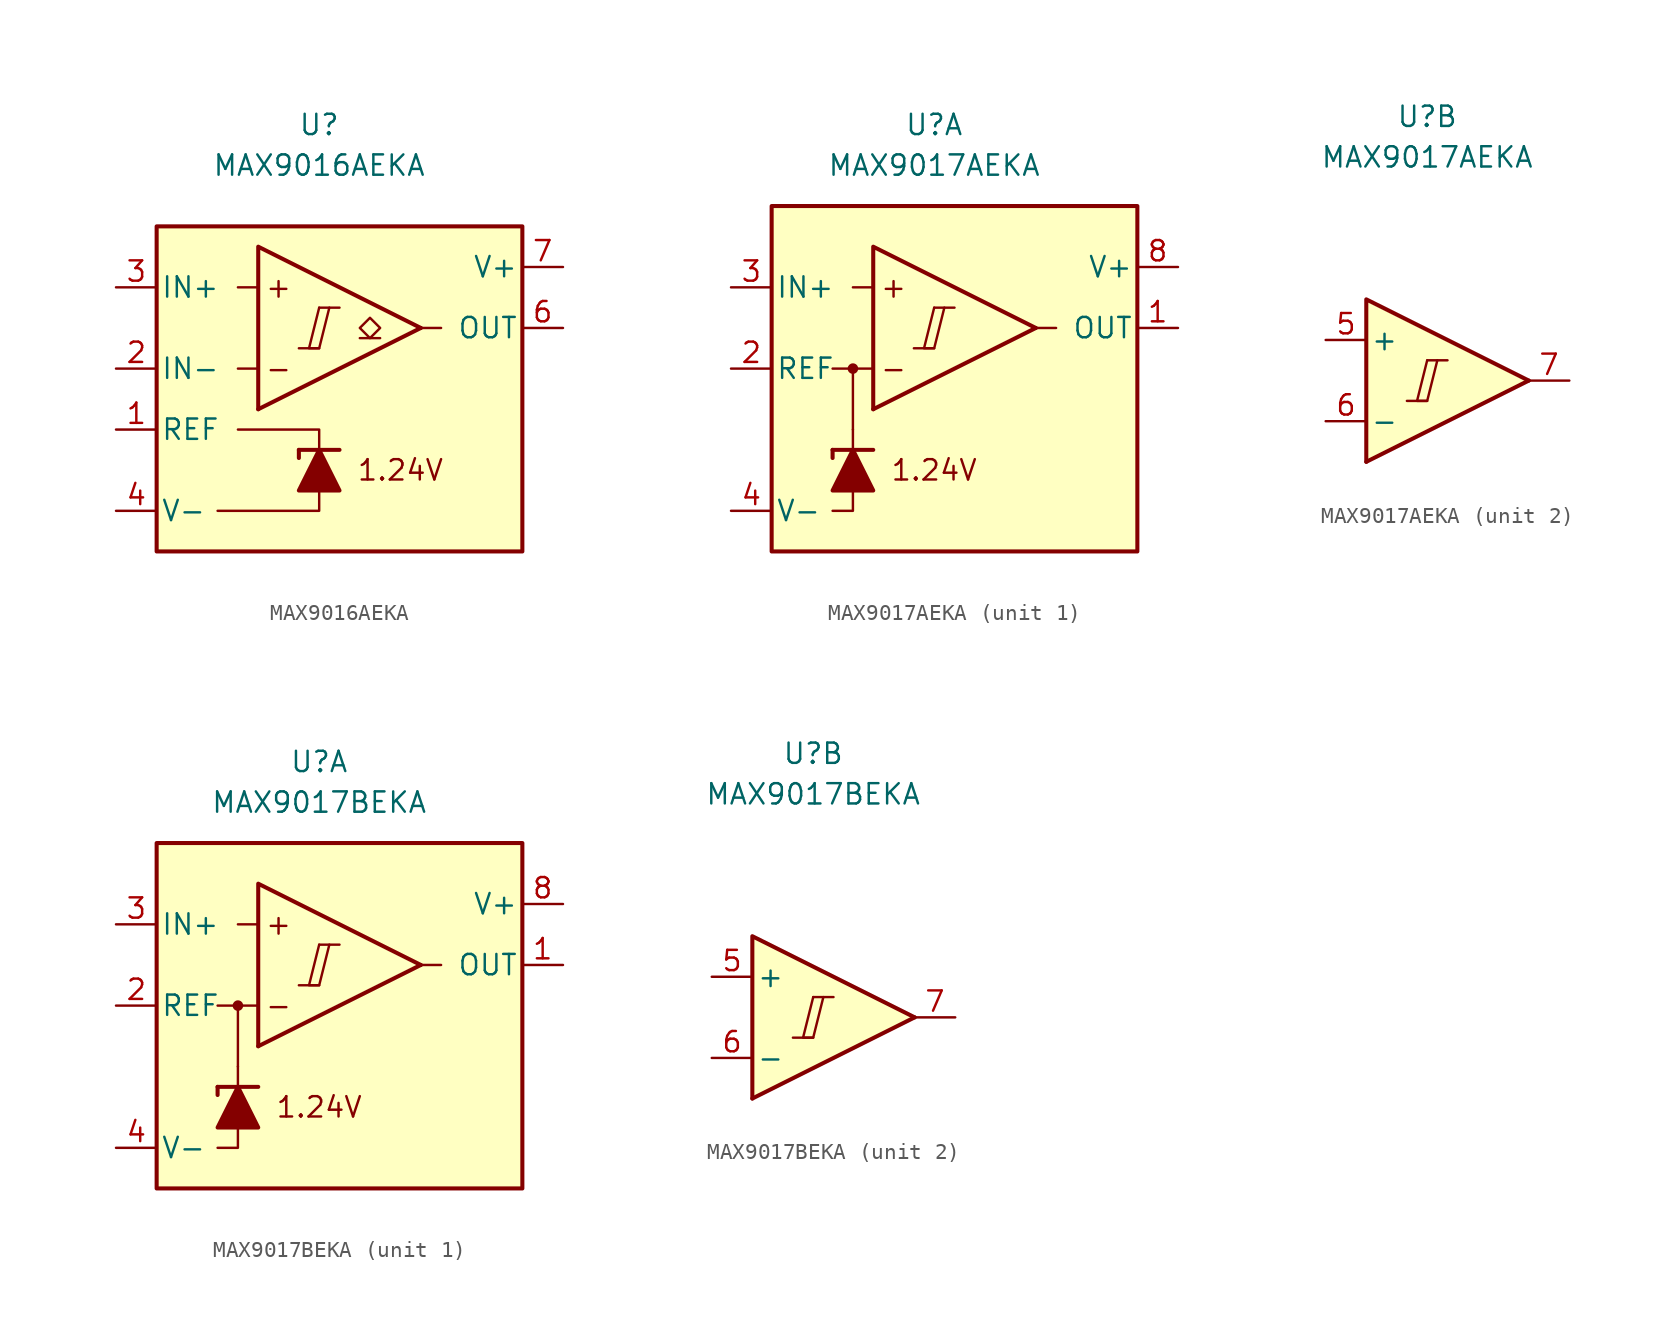
<source format=kicad_sym>
(kicad_symbol_lib
  (version 20211014)
  (generator kicad_symbol_editor)
  (symbol "MAX9016AEKA"
    (pin_names
      (offset 0.254))
    (property "Reference" "U"
      (at 0 16.51 0)
      (effects (font (size 1.27 1.27))))
    (property "Value" "MAX9016AEKA"
      (at 0 13.97 0)
      (effects (font (size 1.27 1.27))))
    (symbol "MAX9016AEKA_0_0"
      (polyline (pts (xy -1.27 2.54) (xy 0 2.54)) (stroke (width 0.152) (type default) (color 0 0 0 0)) (fill (type none)))
      (polyline (pts (xy 0 5.08) (xy 1.27 5.08)) (stroke (width 0.152) (type default) (color 0 0 0 0)) (fill (type none)))
      (polyline (pts (xy 6.35 3.81) (xy -3.81 -1.27)) (stroke (width 0.254) (type default) (color 0 0 0 0)) (fill (type none)))
      (polyline (pts (xy 6.35 3.81) (xy -3.81 8.89) (xy -3.81 -1.27)) (stroke (width 0.254) (type default) (color 0 0 0 0)) (fill (type background)))
      (polyline (pts (xy 0 5.08) (xy -0.635 2.54) (xy 0 2.54) (xy 0.635 5.08)) (stroke (width 0.152) (type default) (color 0 0 0 0)) (fill (type none)))
      (text "+" (at -2.54 6.35 0) (effects (font (size 1.27 1.27))))
      (text "-" (at -2.54 1.27 0) (effects (font (size 1.27 1.27))))
      (text "1.24V" (at 5.08 -5.08 0) (effects (font (size 1.27 1.27)))))
    (symbol "MAX9016AEKA_0_1"
      (rectangle (start -10.16 10.16) (end 12.7 -10.16) (stroke (width 0.254) (type default) (color 0 0 0 0)) (fill (type background)))
      (polyline (pts (xy -3.81 1.27) (xy -5.08 1.27)) (stroke (width 0) (type default) (color 0 0 0 0)) (fill (type none)))
      (polyline (pts (xy -3.81 6.35) (xy -5.08 6.35)) (stroke (width 0) (type default) (color 0 0 0 0)) (fill (type none)))
      (polyline (pts (xy -1.27 -3.81) (xy -1.27 -4.318)) (stroke (width 0.254) (type default) (color 0 0 0 0)) (fill (type none)))
      (polyline (pts (xy -1.27 -3.81) (xy 1.27 -3.81)) (stroke (width 0.254) (type default) (color 0 0 0 0)) (fill (type none)))
      (polyline (pts (xy 6.35 3.81) (xy 7.62 3.81)) (stroke (width 0) (type default) (color 0 0 0 0)) (fill (type none)))
      (polyline (pts (xy 0 -6.35) (xy 0 -7.62) (xy -6.35 -7.62)) (stroke (width 0) (type default) (color 0 0 0 0)) (fill (type none)))
      (polyline (pts (xy 0 -3.81) (xy 0 -2.54) (xy -5.08 -2.54)) (stroke (width 0) (type default) (color 0 0 0 0)) (fill (type none)))
      (polyline (pts (xy 1.27 -6.35) (xy -1.27 -6.35) (xy 0 -3.81) (xy 1.27 -6.35)) (stroke (width 0.254) (type default) (color 0 0 0 0)) (fill (type outline))))
    (symbol "MAX9016AEKA_1_1"
      (polyline (pts (xy 3.81 3.175) (xy 2.54 3.175)) (stroke (width 0.152) (type default) (color 0 0 0 0)) (fill (type none)))
      (polyline (pts (xy 3.175 3.175) (xy 2.54 3.81) (xy 3.175 4.445) (xy 3.81 3.81) (xy 3.175 3.175)) (stroke (width 0.152) (type default) (color 0 0 0 0)) (fill (type none)))
      (pin output line (at -12.7 -2.54 0) (length 2.54) (name "REF" (effects (font (size 1.27 1.27)))) (number "1" (effects (font (size 1.27 1.27)))))
      (pin input line (at -12.7 1.27 0) (length 2.54) (name "IN-" (effects (font (size 1.27 1.27)))) (number "2" (effects (font (size 1.27 1.27)))))
      (pin input line (at -12.7 6.35 0) (length 2.54) (name "IN+" (effects (font (size 1.27 1.27)))) (number "3" (effects (font (size 1.27 1.27)))))
      (pin power_in line (at -12.7 -7.62 0) (length 2.54) (name "V-" (effects (font (size 1.27 1.27)))) (number "4" (effects (font (size 1.27 1.27)))))
      (pin no_connect line (at 0 -2.54 180) (length 2.54) hide (name "NC" (effects (font (size 1.27 1.27)))) (number "5" (effects (font (size 1.27 1.27)))))
      (pin output line (at 15.24 3.81 180) (length 2.54) (name "OUT" (effects (font (size 1.27 1.27)))) (number "6" (effects (font (size 1.27 1.27)))))
      (pin power_in line (at 15.24 7.62 180) (length 2.54) (name "V+" (effects (font (size 1.27 1.27)))) (number "7" (effects (font (size 1.27 1.27)))))
      (pin no_connect line (at 0 0 180) (length 2.54) hide (name "NC" (effects (font (size 1.27 1.27)))) (number "8" (effects (font (size 1.27 1.27)))))))
  (symbol "MAX9017AEKA"
    (pin_names
      (offset 0.254))
    (property "Reference" "U"
      (at 0 16.51 0)
      (effects (font (size 1.27 1.27))))
    (property "Value" "MAX9017AEKA"
      (at 0 13.97 0)
      (effects (font (size 1.27 1.27))))
    (property "ki_locked" ""
      (at 0 0 0)
      (effects (font (size 1.27 1.27))))
    (symbol "MAX9017AEKA_1_0"
      (rectangle (start -10.16 11.43) (end 12.7 -10.16) (stroke (width 0.254) (type default) (color 0 0 0 0)) (fill (type background)))
      (circle (center -5.08 1.27) (radius 0.254) (stroke (width 0.152) (type default) (color 0 0 0 0)) (fill (type outline)))
      (polyline (pts (xy -5.08 1.27) (xy -6.35 1.27)) (stroke (width 0.152) (type default) (color 0 0 0 0)) (fill (type none)))
      (polyline (pts (xy -1.27 2.54) (xy 0 2.54)) (stroke (width 0.152) (type default) (color 0 0 0 0)) (fill (type none)))
      (polyline (pts (xy 0 5.08) (xy 1.27 5.08)) (stroke (width 0.152) (type default) (color 0 0 0 0)) (fill (type none)))
      (polyline (pts (xy 6.35 3.81) (xy -3.81 -1.27)) (stroke (width 0.254) (type default) (color 0 0 0 0)) (fill (type none)))
      (polyline (pts (xy -3.81 1.27) (xy -5.08 1.27) (xy -5.08 -2.54)) (stroke (width 0.152) (type default) (color 0 0 0 0)) (fill (type none)))
      (polyline (pts (xy 6.35 3.81) (xy -3.81 8.89) (xy -3.81 -1.27)) (stroke (width 0.254) (type default) (color 0 0 0 0)) (fill (type background)))
      (polyline (pts (xy 0 5.08) (xy -0.635 2.54) (xy 0 2.54) (xy 0.635 5.08)) (stroke (width 0.152) (type default) (color 0 0 0 0)) (fill (type none))))
    (symbol "MAX9017AEKA_1_1"
      (polyline (pts (xy -6.35 -3.81) (xy -6.35 -4.318)) (stroke (width 0.254) (type default) (color 0 0 0 0)) (fill (type none)))
      (polyline (pts (xy -6.35 -3.81) (xy -3.81 -3.81)) (stroke (width 0.254) (type default) (color 0 0 0 0)) (fill (type none)))
      (polyline (pts (xy -3.81 6.35) (xy -5.08 6.35)) (stroke (width 0) (type default) (color 0 0 0 0)) (fill (type none)))
      (polyline (pts (xy 6.35 3.81) (xy 7.62 3.81)) (stroke (width 0) (type default) (color 0 0 0 0)) (fill (type none)))
      (polyline (pts (xy -5.08 -6.35) (xy -5.08 -7.62) (xy -6.35 -7.62)) (stroke (width 0) (type default) (color 0 0 0 0)) (fill (type none)))
      (polyline (pts (xy -5.08 -3.81) (xy -5.08 -2.54) (xy -5.08 -2.54)) (stroke (width 0) (type default) (color 0 0 0 0)) (fill (type none)))
      (polyline (pts (xy -3.81 -6.35) (xy -6.35 -6.35) (xy -5.08 -3.81) (xy -3.81 -6.35)) (stroke (width 0.254) (type default) (color 0 0 0 0)) (fill (type outline)))
      (text "+" (at -2.54 6.35 0) (effects (font (size 1.27 1.27))))
      (text "-" (at -2.54 1.27 0) (effects (font (size 1.27 1.27))))
      (text "1.24V" (at 0 -5.08 0) (effects (font (size 1.27 1.27))))
      (pin output line (at 15.24 3.81 180) (length 2.54) (name "OUT" (effects (font (size 1.27 1.27)))) (number "1" (effects (font (size 1.27 1.27)))))
      (pin output line (at -12.7 1.27 0) (length 2.54) (name "REF" (effects (font (size 1.27 1.27)))) (number "2" (effects (font (size 1.27 1.27)))))
      (pin input line (at -12.7 6.35 0) (length 2.54) (name "IN+" (effects (font (size 1.27 1.27)))) (number "3" (effects (font (size 1.27 1.27)))))
      (pin power_in line (at -12.7 -7.62 0) (length 2.54) (name "V-" (effects (font (size 1.27 1.27)))) (number "4" (effects (font (size 1.27 1.27)))))
      (pin power_in line (at 15.24 7.62 180) (length 2.54) (name "V+" (effects (font (size 1.27 1.27)))) (number "8" (effects (font (size 1.27 1.27))))))
    (symbol "MAX9017AEKA_2_0"
      (polyline (pts (xy -1.27 -1.27) (xy 0 -1.27)) (stroke (width 0.152) (type default) (color 0 0 0 0)) (fill (type none)))
      (polyline (pts (xy 0 1.27) (xy 1.27 1.27)) (stroke (width 0.152) (type default) (color 0 0 0 0)) (fill (type none)))
      (polyline (pts (xy 6.35 0) (xy -3.81 -5.08)) (stroke (width 0.254) (type default) (color 0 0 0 0)) (fill (type none)))
      (polyline (pts (xy 6.35 0) (xy -3.81 5.08) (xy -3.81 -5.08)) (stroke (width 0.254) (type default) (color 0 0 0 0)) (fill (type background)))
      (polyline (pts (xy 0 1.27) (xy -0.635 -1.27) (xy 0 -1.27) (xy 0.635 1.27)) (stroke (width 0.152) (type default) (color 0 0 0 0)) (fill (type none))))
    (symbol "MAX9017AEKA_2_1"
      (pin input line (at -6.35 2.54 0) (length 2.54) (name "+" (effects (font (size 1.27 1.27)))) (number "5" (effects (font (size 1.27 1.27)))))
      (pin input line (at -6.35 -2.54 0) (length 2.54) (name "-" (effects (font (size 1.27 1.27)))) (number "6" (effects (font (size 1.27 1.27)))))
      (pin output line (at 8.89 0 180) (length 2.54) (name "~" (effects (font (size 1.27 1.27)))) (number "7" (effects (font (size 1.27 1.27)))))))
  (symbol "MAX9017BEKA"
    (pin_names
      (offset 0.254))
    (property "Reference" "U"
      (at 0 16.51 0)
      (effects (font (size 1.27 1.27))))
    (property "Value" "MAX9017BEKA"
      (at 0 13.97 0)
      (effects (font (size 1.27 1.27))))
    (property "ki_locked" ""
      (at 0 0 0)
      (effects (font (size 1.27 1.27))))
    (symbol "MAX9017BEKA_1_0"
      (rectangle (start -10.16 11.43) (end 12.7 -10.16) (stroke (width 0.254) (type default) (color 0 0 0 0)) (fill (type background)))
      (circle (center -5.08 1.27) (radius 0.254) (stroke (width 0.152) (type default) (color 0 0 0 0)) (fill (type outline)))
      (polyline (pts (xy -5.08 1.27) (xy -6.35 1.27)) (stroke (width 0.152) (type default) (color 0 0 0 0)) (fill (type none)))
      (polyline (pts (xy -1.27 2.54) (xy 0 2.54)) (stroke (width 0.152) (type default) (color 0 0 0 0)) (fill (type none)))
      (polyline (pts (xy 0 5.08) (xy 1.27 5.08)) (stroke (width 0.152) (type default) (color 0 0 0 0)) (fill (type none)))
      (polyline (pts (xy 6.35 3.81) (xy -3.81 -1.27)) (stroke (width 0.254) (type default) (color 0 0 0 0)) (fill (type none)))
      (polyline (pts (xy -3.81 1.27) (xy -5.08 1.27) (xy -5.08 -2.54)) (stroke (width 0.152) (type default) (color 0 0 0 0)) (fill (type none)))
      (polyline (pts (xy 6.35 3.81) (xy -3.81 8.89) (xy -3.81 -1.27)) (stroke (width 0.254) (type default) (color 0 0 0 0)) (fill (type background)))
      (polyline (pts (xy 0 5.08) (xy -0.635 2.54) (xy 0 2.54) (xy 0.635 5.08)) (stroke (width 0.152) (type default) (color 0 0 0 0)) (fill (type none))))
    (symbol "MAX9017BEKA_1_1"
      (polyline (pts (xy -6.35 -3.81) (xy -6.35 -4.318)) (stroke (width 0.254) (type default) (color 0 0 0 0)) (fill (type none)))
      (polyline (pts (xy -6.35 -3.81) (xy -3.81 -3.81)) (stroke (width 0.254) (type default) (color 0 0 0 0)) (fill (type none)))
      (polyline (pts (xy -3.81 6.35) (xy -5.08 6.35)) (stroke (width 0) (type default) (color 0 0 0 0)) (fill (type none)))
      (polyline (pts (xy 6.35 3.81) (xy 7.62 3.81)) (stroke (width 0) (type default) (color 0 0 0 0)) (fill (type none)))
      (polyline (pts (xy -5.08 -6.35) (xy -5.08 -7.62) (xy -6.35 -7.62)) (stroke (width 0) (type default) (color 0 0 0 0)) (fill (type none)))
      (polyline (pts (xy -5.08 -3.81) (xy -5.08 -2.54) (xy -5.08 -2.54)) (stroke (width 0) (type default) (color 0 0 0 0)) (fill (type none)))
      (polyline (pts (xy -3.81 -6.35) (xy -6.35 -6.35) (xy -5.08 -3.81) (xy -3.81 -6.35)) (stroke (width 0.254) (type default) (color 0 0 0 0)) (fill (type outline)))
      (text "+" (at -2.54 6.35 0) (effects (font (size 1.27 1.27))))
      (text "-" (at -2.54 1.27 0) (effects (font (size 1.27 1.27))))
      (text "1.24V" (at 0 -5.08 0) (effects (font (size 1.27 1.27))))
      (pin output line (at 15.24 3.81 180) (length 2.54) (name "OUT" (effects (font (size 1.27 1.27)))) (number "1" (effects (font (size 1.27 1.27)))))
      (pin output line (at -12.7 1.27 0) (length 2.54) (name "REF" (effects (font (size 1.27 1.27)))) (number "2" (effects (font (size 1.27 1.27)))))
      (pin input line (at -12.7 6.35 0) (length 2.54) (name "IN+" (effects (font (size 1.27 1.27)))) (number "3" (effects (font (size 1.27 1.27)))))
      (pin power_in line (at -12.7 -7.62 0) (length 2.54) (name "V-" (effects (font (size 1.27 1.27)))) (number "4" (effects (font (size 1.27 1.27)))))
      (pin power_in line (at 15.24 7.62 180) (length 2.54) (name "V+" (effects (font (size 1.27 1.27)))) (number "8" (effects (font (size 1.27 1.27))))))
    (symbol "MAX9017BEKA_2_0"
      (polyline (pts (xy -1.27 -1.27) (xy 0 -1.27)) (stroke (width 0.152) (type default) (color 0 0 0 0)) (fill (type none)))
      (polyline (pts (xy 0 1.27) (xy 1.27 1.27)) (stroke (width 0.152) (type default) (color 0 0 0 0)) (fill (type none)))
      (polyline (pts (xy 6.35 0) (xy -3.81 -5.08)) (stroke (width 0.254) (type default) (color 0 0 0 0)) (fill (type none)))
      (polyline (pts (xy 6.35 0) (xy -3.81 5.08) (xy -3.81 -5.08)) (stroke (width 0.254) (type default) (color 0 0 0 0)) (fill (type background)))
      (polyline (pts (xy 0 1.27) (xy -0.635 -1.27) (xy 0 -1.27) (xy 0.635 1.27)) (stroke (width 0.152) (type default) (color 0 0 0 0)) (fill (type none))))
    (symbol "MAX9017BEKA_2_1"
      (pin input line (at -6.35 2.54 0) (length 2.54) (name "+" (effects (font (size 1.27 1.27)))) (number "5" (effects (font (size 1.27 1.27)))))
      (pin input line (at -6.35 -2.54 0) (length 2.54) (name "-" (effects (font (size 1.27 1.27)))) (number "6" (effects (font (size 1.27 1.27)))))
      (pin output line (at 8.89 0 180) (length 2.54) (name "~" (effects (font (size 1.27 1.27)))) (number "7" (effects (font (size 1.27 1.27))))))))
</source>
